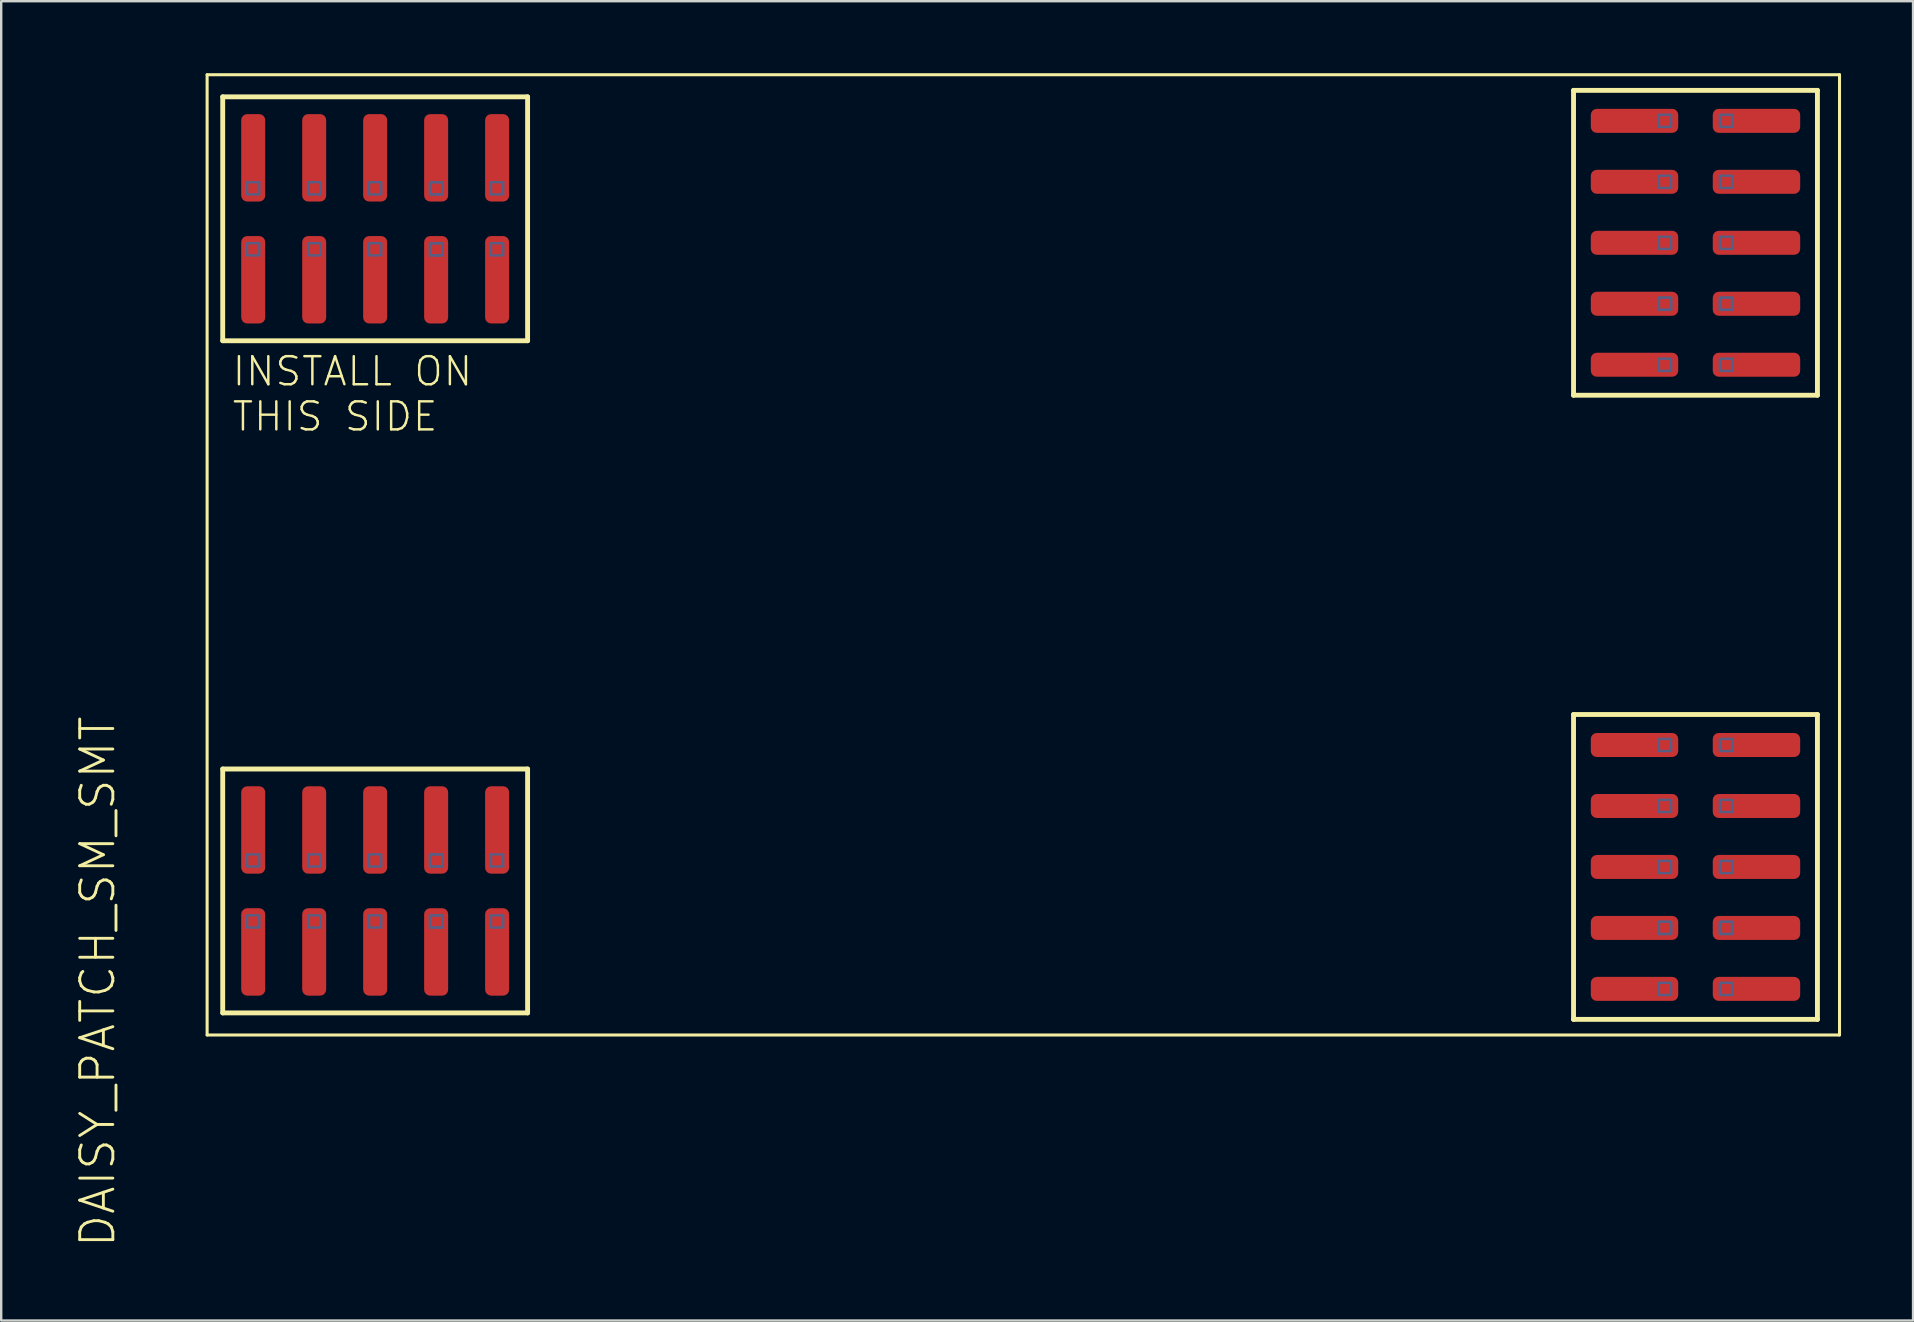
<source format=kicad_pcb>
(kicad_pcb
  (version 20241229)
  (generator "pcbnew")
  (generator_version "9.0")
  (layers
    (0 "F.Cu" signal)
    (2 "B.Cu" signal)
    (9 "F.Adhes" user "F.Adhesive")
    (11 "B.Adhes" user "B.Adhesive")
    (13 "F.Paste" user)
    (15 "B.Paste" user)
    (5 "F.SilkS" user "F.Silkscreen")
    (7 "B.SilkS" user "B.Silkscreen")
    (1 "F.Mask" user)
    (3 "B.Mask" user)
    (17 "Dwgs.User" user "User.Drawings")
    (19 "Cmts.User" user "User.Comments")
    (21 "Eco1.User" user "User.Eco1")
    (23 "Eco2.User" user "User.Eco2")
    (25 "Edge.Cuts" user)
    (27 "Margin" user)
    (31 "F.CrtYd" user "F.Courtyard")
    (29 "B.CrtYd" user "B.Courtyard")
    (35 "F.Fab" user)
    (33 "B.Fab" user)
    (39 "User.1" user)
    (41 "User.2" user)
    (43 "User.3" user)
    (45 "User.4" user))
  (footprint "DAISY_PATCH_SM_SMT"
    (layer "F.Cu")
    (at 39.578 20.064)
    (property "Reference" "DAISY_PATCH_SM_SMT" (at -38.56 17.78 90) (layer "F.SilkS") (effects (font (size 1.38 1.38) (thickness 0.12))))
    (fp_line (start -34 -20) (end 34 -20) (stroke (width 0.127) (type solid)) (layer "F.SilkS"))
    (fp_line (start -34 20) (end -34 -20) (stroke (width 0.127) (type solid)) (layer "F.SilkS"))
    (fp_line (start -34 20) (end 34 20) (stroke (width 0.127) (type solid)) (layer "F.SilkS"))
    (fp_line (start -33.35 -19.08) (end -33.35 -8.92) (stroke (width 0.203) (type solid)) (layer "F.SilkS"))
    (fp_line (start -33.35 -8.92) (end -20.65 -8.92) (stroke (width 0.203) (type solid)) (layer "F.SilkS"))
    (fp_line (start -33.35 8.92) (end -33.35 19.08) (stroke (width 0.203) (type solid)) (layer "F.SilkS"))
    (fp_line (start -33.35 19.08) (end -20.65 19.08) (stroke (width 0.203) (type solid)) (layer "F.SilkS"))
    (fp_line (start -20.65 -19.08) (end -33.35 -19.08) (stroke (width 0.203) (type solid)) (layer "F.SilkS"))
    (fp_line (start -20.65 -8.92) (end -20.65 -19.08) (stroke (width 0.203) (type solid)) (layer "F.SilkS"))
    (fp_line (start -20.65 8.92) (end -33.35 8.92) (stroke (width 0.203) (type solid)) (layer "F.SilkS"))
    (fp_line (start -20.65 19.08) (end -20.65 8.92) (stroke (width 0.203) (type solid)) (layer "F.SilkS"))
    (fp_line (start 22.92 -19.35) (end 22.92 -6.65) (stroke (width 0.203) (type solid)) (layer "F.SilkS"))
    (fp_line (start 22.92 -6.65) (end 33.08 -6.65) (stroke (width 0.203) (type solid)) (layer "F.SilkS"))
    (fp_line (start 22.92 6.65) (end 22.92 19.35) (stroke (width 0.203) (type solid)) (layer "F.SilkS"))
    (fp_line (start 22.92 19.35) (end 33.08 19.35) (stroke (width 0.203) (type solid)) (layer "F.SilkS"))
    (fp_line (start 33.08 -19.35) (end 22.92 -19.35) (stroke (width 0.203) (type solid)) (layer "F.SilkS"))
    (fp_line (start 33.08 -6.65) (end 33.08 -19.35) (stroke (width 0.203) (type solid)) (layer "F.SilkS"))
    (fp_line (start 33.08 6.65) (end 22.92 6.65) (stroke (width 0.203) (type solid)) (layer "F.SilkS"))
    (fp_line (start 33.08 19.35) (end 33.08 6.65) (stroke (width 0.203) (type solid)) (layer "F.SilkS"))
    (fp_line (start 34 20) (end 34 -20) (stroke (width 0.127) (type solid)) (layer "F.SilkS"))
    (fp_poly (pts (xy -31.826 -15.016) (xy -31.826 -15.524) (xy -32.334 -15.524) (xy -32.334 -15.016)) (stroke (width 0.1) (type solid)) (fill no) (layer "B.Fab"))
    (fp_poly (pts (xy -31.826 -12.476) (xy -31.826 -12.984) (xy -32.334 -12.984) (xy -32.334 -12.476)) (stroke (width 0.1) (type solid)) (fill no) (layer "B.Fab"))
    (fp_poly (pts (xy -31.826 12.984) (xy -31.826 12.476) (xy -32.334 12.476) (xy -32.334 12.984)) (stroke (width 0.1) (type solid)) (fill no) (layer "B.Fab"))
    (fp_poly (pts (xy -31.826 15.524) (xy -31.826 15.016) (xy -32.334 15.016) (xy -32.334 15.524)) (stroke (width 0.1) (type solid)) (fill no) (layer "B.Fab"))
    (fp_poly (pts (xy -29.286 -15.016) (xy -29.286 -15.524) (xy -29.794 -15.524) (xy -29.794 -15.016)) (stroke (width 0.1) (type solid)) (fill no) (layer "B.Fab"))
    (fp_poly (pts (xy -29.286 -12.476) (xy -29.286 -12.984) (xy -29.794 -12.984) (xy -29.794 -12.476)) (stroke (width 0.1) (type solid)) (fill no) (layer "B.Fab"))
    (fp_poly (pts (xy -29.286 12.984) (xy -29.286 12.476) (xy -29.794 12.476) (xy -29.794 12.984)) (stroke (width 0.1) (type solid)) (fill no) (layer "B.Fab"))
    (fp_poly (pts (xy -29.286 15.524) (xy -29.286 15.016) (xy -29.794 15.016) (xy -29.794 15.524)) (stroke (width 0.1) (type solid)) (fill no) (layer "B.Fab"))
    (fp_poly (pts (xy -26.746 -15.016) (xy -26.746 -15.524) (xy -27.254 -15.524) (xy -27.254 -15.016)) (stroke (width 0.1) (type solid)) (fill no) (layer "B.Fab"))
    (fp_poly (pts (xy -26.746 -12.476) (xy -26.746 -12.984) (xy -27.254 -12.984) (xy -27.254 -12.476)) (stroke (width 0.1) (type solid)) (fill no) (layer "B.Fab"))
    (fp_poly (pts (xy -26.746 12.984) (xy -26.746 12.476) (xy -27.254 12.476) (xy -27.254 12.984)) (stroke (width 0.1) (type solid)) (fill no) (layer "B.Fab"))
    (fp_poly (pts (xy -26.746 15.524) (xy -26.746 15.016) (xy -27.254 15.016) (xy -27.254 15.524)) (stroke (width 0.1) (type solid)) (fill no) (layer "B.Fab"))
    (fp_poly (pts (xy -24.206 -15.016) (xy -24.206 -15.524) (xy -24.714 -15.524) (xy -24.714 -15.016)) (stroke (width 0.1) (type solid)) (fill no) (layer "B.Fab"))
    (fp_poly (pts (xy -24.206 -15.016) (xy -24.206 -15.524) (xy -24.714 -15.524) (xy -24.714 -15.016)) (stroke (width 0.1) (type solid)) (fill no) (layer "B.Fab"))
    (fp_poly (pts (xy -24.206 -12.476) (xy -24.206 -12.984) (xy -24.714 -12.984) (xy -24.714 -12.476)) (stroke (width 0.1) (type solid)) (fill no) (layer "B.Fab"))
    (fp_poly (pts (xy -24.206 -12.476) (xy -24.206 -12.984) (xy -24.714 -12.984) (xy -24.714 -12.476)) (stroke (width 0.1) (type solid)) (fill no) (layer "B.Fab"))
    (fp_poly (pts (xy -24.206 12.984) (xy -24.206 12.476) (xy -24.714 12.476) (xy -24.714 12.984)) (stroke (width 0.1) (type solid)) (fill no) (layer "B.Fab"))
    (fp_poly (pts (xy -24.206 12.984) (xy -24.206 12.476) (xy -24.714 12.476) (xy -24.714 12.984)) (stroke (width 0.1) (type solid)) (fill no) (layer "B.Fab"))
    (fp_poly (pts (xy -24.206 15.524) (xy -24.206 15.016) (xy -24.714 15.016) (xy -24.714 15.524)) (stroke (width 0.1) (type solid)) (fill no) (layer "B.Fab"))
    (fp_poly (pts (xy -24.206 15.524) (xy -24.206 15.016) (xy -24.714 15.016) (xy -24.714 15.524)) (stroke (width 0.1) (type solid)) (fill no) (layer "B.Fab"))
    (fp_poly (pts (xy -21.666 -15.016) (xy -21.666 -15.524) (xy -22.174 -15.524) (xy -22.174 -15.016)) (stroke (width 0.1) (type solid)) (fill no) (layer "B.Fab"))
    (fp_poly (pts (xy -21.666 -12.476) (xy -21.666 -12.984) (xy -22.174 -12.984) (xy -22.174 -12.476)) (stroke (width 0.1) (type solid)) (fill no) (layer "B.Fab"))
    (fp_poly (pts (xy -21.666 12.984) (xy -21.666 12.476) (xy -22.174 12.476) (xy -22.174 12.984)) (stroke (width 0.1) (type solid)) (fill no) (layer "B.Fab"))
    (fp_poly (pts (xy -21.666 15.524) (xy -21.666 15.016) (xy -22.174 15.016) (xy -22.174 15.524)) (stroke (width 0.1) (type solid)) (fill no) (layer "B.Fab"))
    (fp_poly (pts (xy 26.476 -17.826) (xy 26.984 -17.826) (xy 26.984 -18.334) (xy 26.476 -18.334)) (stroke (width 0.1) (type solid)) (fill no) (layer "B.Fab"))
    (fp_poly (pts (xy 26.476 -15.286) (xy 26.984 -15.286) (xy 26.984 -15.794) (xy 26.476 -15.794)) (stroke (width 0.1) (type solid)) (fill no) (layer "B.Fab"))
    (fp_poly (pts (xy 26.476 -12.746) (xy 26.984 -12.746) (xy 26.984 -13.254) (xy 26.476 -13.254)) (stroke (width 0.1) (type solid)) (fill no) (layer "B.Fab"))
    (fp_poly (pts (xy 26.476 -10.206) (xy 26.984 -10.206) (xy 26.984 -10.714) (xy 26.476 -10.714)) (stroke (width 0.1) (type solid)) (fill no) (layer "B.Fab"))
    (fp_poly (pts (xy 26.476 -10.206) (xy 26.984 -10.206) (xy 26.984 -10.714) (xy 26.476 -10.714)) (stroke (width 0.1) (type solid)) (fill no) (layer "B.Fab"))
    (fp_poly (pts (xy 26.476 -7.666) (xy 26.984 -7.666) (xy 26.984 -8.174) (xy 26.476 -8.174)) (stroke (width 0.1) (type solid)) (fill no) (layer "B.Fab"))
    (fp_poly (pts (xy 26.476 8.174) (xy 26.984 8.174) (xy 26.984 7.666) (xy 26.476 7.666)) (stroke (width 0.1) (type solid)) (fill no) (layer "B.Fab"))
    (fp_poly (pts (xy 26.476 10.714) (xy 26.984 10.714) (xy 26.984 10.206) (xy 26.476 10.206)) (stroke (width 0.1) (type solid)) (fill no) (layer "B.Fab"))
    (fp_poly (pts (xy 26.476 13.254) (xy 26.984 13.254) (xy 26.984 12.746) (xy 26.476 12.746)) (stroke (width 0.1) (type solid)) (fill no) (layer "B.Fab"))
    (fp_poly (pts (xy 26.476 15.794) (xy 26.984 15.794) (xy 26.984 15.286) (xy 26.476 15.286)) (stroke (width 0.1) (type solid)) (fill no) (layer "B.Fab"))
    (fp_poly (pts (xy 26.476 15.794) (xy 26.984 15.794) (xy 26.984 15.286) (xy 26.476 15.286)) (stroke (width 0.1) (type solid)) (fill no) (layer "B.Fab"))
    (fp_poly (pts (xy 26.476 18.334) (xy 26.984 18.334) (xy 26.984 17.826) (xy 26.476 17.826)) (stroke (width 0.1) (type solid)) (fill no) (layer "B.Fab"))
    (fp_poly (pts (xy 29.016 -17.826) (xy 29.524 -17.826) (xy 29.524 -18.334) (xy 29.016 -18.334)) (stroke (width 0.1) (type solid)) (fill no) (layer "B.Fab"))
    (fp_poly (pts (xy 29.016 -15.286) (xy 29.524 -15.286) (xy 29.524 -15.794) (xy 29.016 -15.794)) (stroke (width 0.1) (type solid)) (fill no) (layer "B.Fab"))
    (fp_poly (pts (xy 29.016 -12.746) (xy 29.524 -12.746) (xy 29.524 -13.254) (xy 29.016 -13.254)) (stroke (width 0.1) (type solid)) (fill no) (layer "B.Fab"))
    (fp_poly (pts (xy 29.016 -10.206) (xy 29.524 -10.206) (xy 29.524 -10.714) (xy 29.016 -10.714)) (stroke (width 0.1) (type solid)) (fill no) (layer "B.Fab"))
    (fp_poly (pts (xy 29.016 -10.206) (xy 29.524 -10.206) (xy 29.524 -10.714) (xy 29.016 -10.714)) (stroke (width 0.1) (type solid)) (fill no) (layer "B.Fab"))
    (fp_poly (pts (xy 29.016 -7.666) (xy 29.524 -7.666) (xy 29.524 -8.174) (xy 29.016 -8.174)) (stroke (width 0.1) (type solid)) (fill no) (layer "B.Fab"))
    (fp_poly (pts (xy 29.016 8.174) (xy 29.524 8.174) (xy 29.524 7.666) (xy 29.016 7.666)) (stroke (width 0.1) (type solid)) (fill no) (layer "B.Fab"))
    (fp_poly (pts (xy 29.016 10.714) (xy 29.524 10.714) (xy 29.524 10.206) (xy 29.016 10.206)) (stroke (width 0.1) (type solid)) (fill no) (layer "B.Fab"))
    (fp_poly (pts (xy 29.016 13.254) (xy 29.524 13.254) (xy 29.524 12.746) (xy 29.016 12.746)) (stroke (width 0.1) (type solid)) (fill no) (layer "B.Fab"))
    (fp_poly (pts (xy 29.016 15.794) (xy 29.524 15.794) (xy 29.524 15.286) (xy 29.016 15.286)) (stroke (width 0.1) (type solid)) (fill no) (layer "B.Fab"))
    (fp_poly (pts (xy 29.016 15.794) (xy 29.524 15.794) (xy 29.524 15.286) (xy 29.016 15.286)) (stroke (width 0.1) (type solid)) (fill no) (layer "B.Fab"))
    (fp_poly (pts (xy 29.016 18.334) (xy 29.524 18.334) (xy 29.524 17.826) (xy 29.016 17.826)) (stroke (width 0.1) (type solid)) (fill no) (layer "B.Fab"))
    (fp_text user "INSTALL ON\nTHIS SIDE" (at -33.02 -5.08 0) (layer "F.SilkS") (effects (font (size 1.168 1.168) (thickness 0.102)) (justify left bottom)))
    (pad "A1" smd roundrect (at -32.08 -16.54 90) (size 3.642 1) (layers "F.Cu" "F.Mask" "F.Paste") (roundrect_rratio 0.25))
    (pad "A2" smd roundrect (at -29.54 -16.54 90) (size 3.642 1) (layers "F.Cu" "F.Mask" "F.Paste") (roundrect_rratio 0.25))
    (pad "A3" smd roundrect (at -27 -16.54 90) (size 3.642 1) (layers "F.Cu" "F.Mask" "F.Paste") (roundrect_rratio 0.25))
    (pad "A4" smd roundrect (at -24.46 -16.54 90) (size 3.642 1) (layers "F.Cu" "F.Mask" "F.Paste") (roundrect_rratio 0.25))
    (pad "A5" smd roundrect (at -21.92 -16.54 90) (size 3.642 1) (layers "F.Cu" "F.Mask" "F.Paste") (roundrect_rratio 0.25))
    (pad "A6" smd roundrect (at -21.92 -11.46 90) (size 3.642 1) (layers "F.Cu" "F.Mask" "F.Paste") (roundrect_rratio 0.25))
    (pad "A7" smd roundrect (at -24.46 -11.46 90) (size 3.642 1) (layers "F.Cu" "F.Mask" "F.Paste") (roundrect_rratio 0.25))
    (pad "A8" smd roundrect (at -27 -11.46 90) (size 3.642 1) (layers "F.Cu" "F.Mask" "F.Paste") (roundrect_rratio 0.25))
    (pad "A9" smd roundrect (at -29.54 -11.46 90) (size 3.642 1) (layers "F.Cu" "F.Mask" "F.Paste") (roundrect_rratio 0.25))
    (pad "A10" smd roundrect (at -32.08 -11.46 90) (size 3.642 1) (layers "F.Cu" "F.Mask" "F.Paste") (roundrect_rratio 0.25))
    (pad "B1" smd roundrect (at 30.54 -18.08) (size 3.642 1) (layers "F.Cu" "F.Mask" "F.Paste") (roundrect_rratio 0.25))
    (pad "B2" smd roundrect (at 30.54 -15.54) (size 3.642 1) (layers "F.Cu" "F.Mask" "F.Paste") (roundrect_rratio 0.25))
    (pad "B3" smd roundrect (at 30.54 -13) (size 3.642 1) (layers "F.Cu" "F.Mask" "F.Paste") (roundrect_rratio 0.25))
    (pad "B4" smd roundrect (at 30.54 -10.46) (size 3.642 1) (layers "F.Cu" "F.Mask" "F.Paste") (roundrect_rratio 0.25))
    (pad "B5" smd roundrect (at 30.54 -7.92) (size 3.642 1) (layers "F.Cu" "F.Mask" "F.Paste") (roundrect_rratio 0.25))
    (pad "B6" smd roundrect (at 25.46 -7.92) (size 3.642 1) (layers "F.Cu" "F.Mask" "F.Paste") (roundrect_rratio 0.25))
    (pad "B7" smd roundrect (at 25.46 -10.46) (size 3.642 1) (layers "F.Cu" "F.Mask" "F.Paste") (roundrect_rratio 0.25))
    (pad "B8" smd roundrect (at 25.46 -13) (size 3.642 1) (layers "F.Cu" "F.Mask" "F.Paste") (roundrect_rratio 0.25))
    (pad "B9" smd roundrect (at 25.46 -15.54) (size 3.642 1) (layers "F.Cu" "F.Mask" "F.Paste") (roundrect_rratio 0.25))
    (pad "B10" smd roundrect (at 25.46 -18.08) (size 3.642 1) (layers "F.Cu" "F.Mask" "F.Paste") (roundrect_rratio 0.25))
    (pad "C1" smd roundrect (at 30.54 7.92) (size 3.642 1) (layers "F.Cu" "F.Mask" "F.Paste") (roundrect_rratio 0.25))
    (pad "C2" smd roundrect (at 30.54 10.46) (size 3.642 1) (layers "F.Cu" "F.Mask" "F.Paste") (roundrect_rratio 0.25))
    (pad "C3" smd roundrect (at 30.54 13) (size 3.642 1) (layers "F.Cu" "F.Mask" "F.Paste") (roundrect_rratio 0.25))
    (pad "C4" smd roundrect (at 30.54 15.54) (size 3.642 1) (layers "F.Cu" "F.Mask" "F.Paste") (roundrect_rratio 0.25))
    (pad "C5" smd roundrect (at 30.54 18.08) (size 3.642 1) (layers "F.Cu" "F.Mask" "F.Paste") (roundrect_rratio 0.25))
    (pad "C6" smd roundrect (at 25.46 18.08) (size 3.642 1) (layers "F.Cu" "F.Mask" "F.Paste") (roundrect_rratio 0.25))
    (pad "C7" smd roundrect (at 25.46 15.54) (size 3.642 1) (layers "F.Cu" "F.Mask" "F.Paste") (roundrect_rratio 0.25))
    (pad "C8" smd roundrect (at 25.46 13) (size 3.642 1) (layers "F.Cu" "F.Mask" "F.Paste") (roundrect_rratio 0.25))
    (pad "C9" smd roundrect (at 25.46 10.46) (size 3.642 1) (layers "F.Cu" "F.Mask" "F.Paste") (roundrect_rratio 0.25))
    (pad "C10" smd roundrect (at 25.46 7.92) (size 3.642 1) (layers "F.Cu" "F.Mask" "F.Paste") (roundrect_rratio 0.25))
    (pad "D1" smd roundrect (at -32.08 11.46 90) (size 3.642 1) (layers "F.Cu" "F.Mask" "F.Paste") (roundrect_rratio 0.25))
    (pad "D2" smd roundrect (at -29.54 11.46 90) (size 3.642 1) (layers "F.Cu" "F.Mask" "F.Paste") (roundrect_rratio 0.25))
    (pad "D3" smd roundrect (at -27 11.46 90) (size 3.642 1) (layers "F.Cu" "F.Mask" "F.Paste") (roundrect_rratio 0.25))
    (pad "D4" smd roundrect (at -24.46 11.46 90) (size 3.642 1) (layers "F.Cu" "F.Mask" "F.Paste") (roundrect_rratio 0.25))
    (pad "D5" smd roundrect (at -21.92 11.46 90) (size 3.642 1) (layers "F.Cu" "F.Mask" "F.Paste") (roundrect_rratio 0.25))
    (pad "D6" smd roundrect (at -21.92 16.54 90) (size 3.642 1) (layers "F.Cu" "F.Mask" "F.Paste") (roundrect_rratio 0.25))
    (pad "D7" smd roundrect (at -24.46 16.54 90) (size 3.642 1) (layers "F.Cu" "F.Mask" "F.Paste") (roundrect_rratio 0.25))
    (pad "D8" smd roundrect (at -27 16.54 90) (size 3.642 1) (layers "F.Cu" "F.Mask" "F.Paste") (roundrect_rratio 0.25))
    (pad "D9" smd roundrect (at -29.54 16.54 90) (size 3.642 1) (layers "F.Cu" "F.Mask" "F.Paste") (roundrect_rratio 0.25))
    (pad "D10" smd roundrect (at -32.08 16.54 90) (size 3.642 1) (layers "F.Cu" "F.Mask" "F.Paste") (roundrect_rratio 0.25)))
  (gr_rect
    (start -3 -3)
    (end 76.641 51.958)
    (stroke (width 0.1) (type default))
    (fill no)
    (layer "Edge.Cuts")))
</source>
